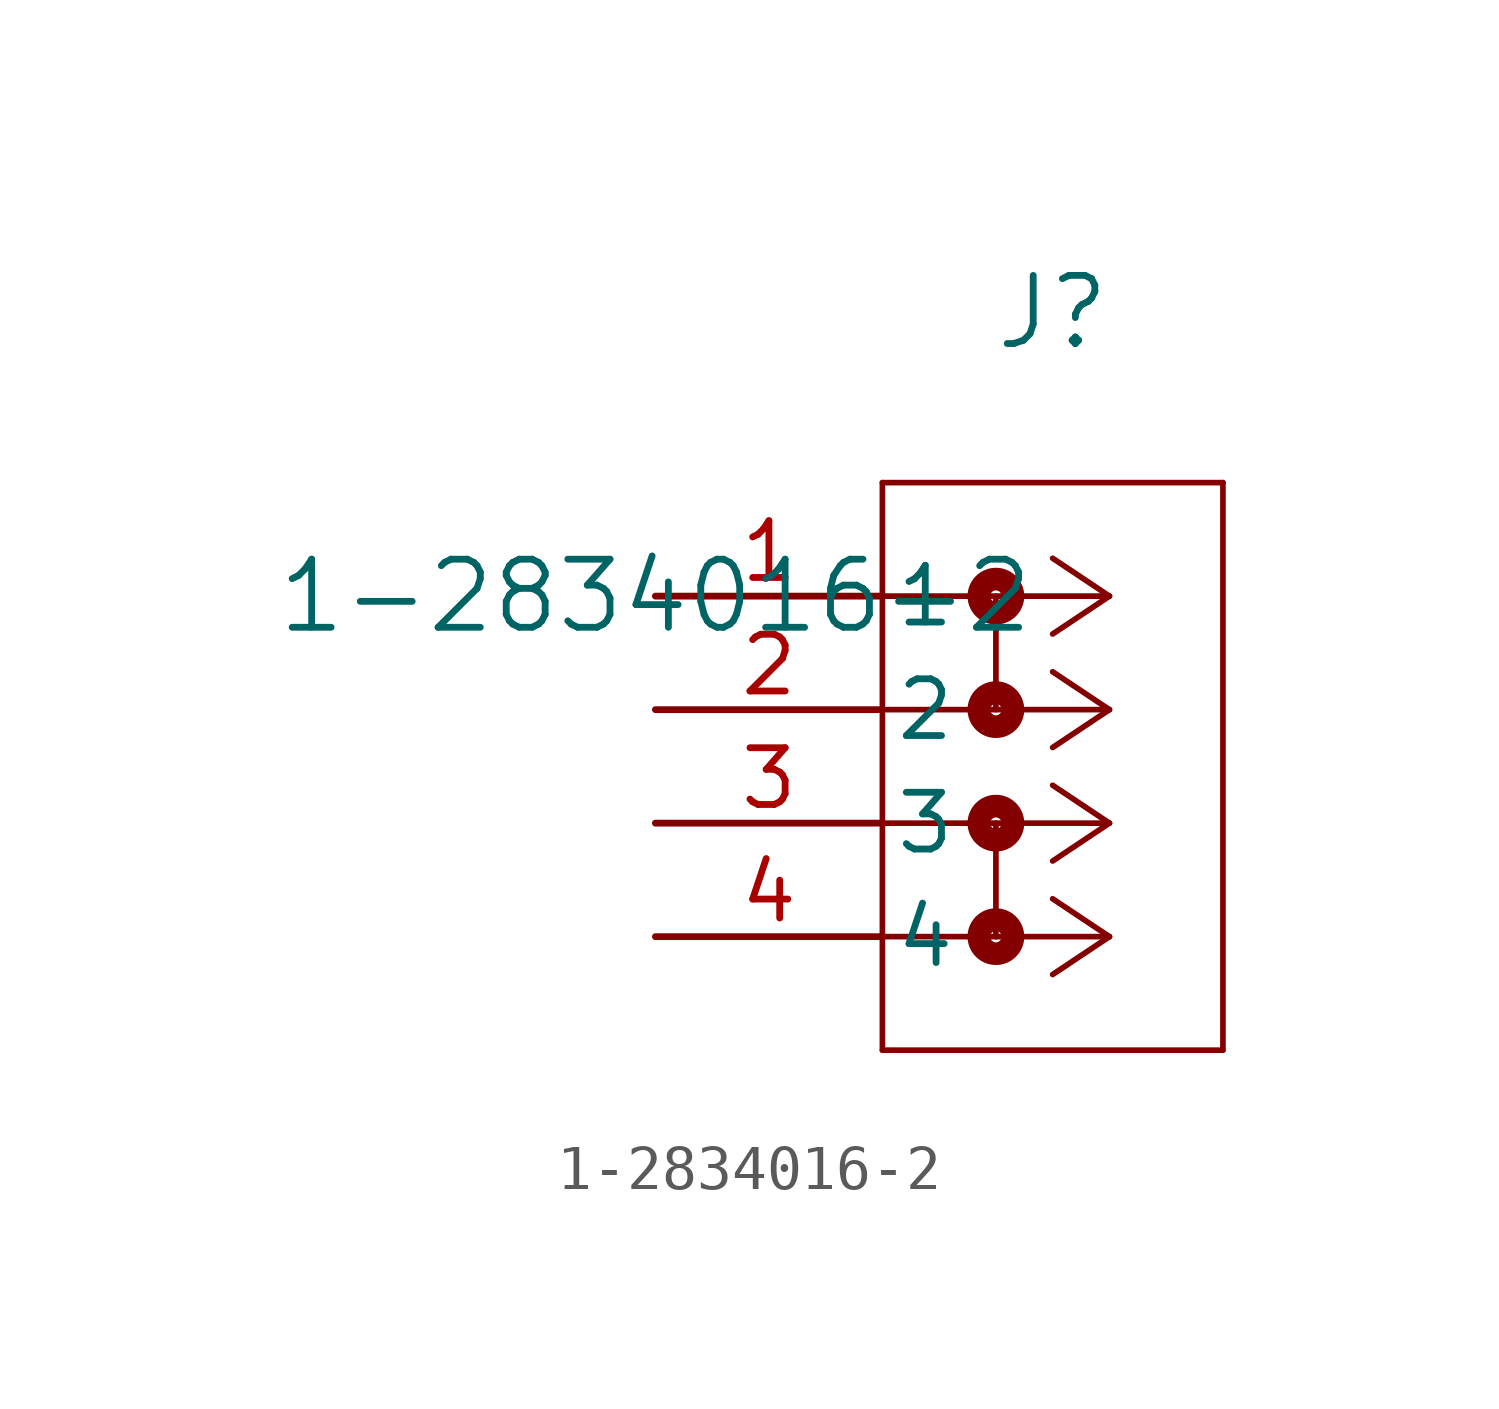
<source format=kicad_sym>
(kicad_symbol_lib
  (version 20211014)
  (generator kicad_symbol_editor)
  (symbol "1-2834016-2"
    (pin_names
      (offset 0.254))
    (property "Reference" "J"
      (at 8.89 6.35 0)
      (effects (font (size 1.524 1.524))))
    (property "Value" "1-2834016-2"
      (at 0 0 0)
      (effects (font (size 1.524 1.524))))
    (symbol "1-2834016-2_0_1"
      (polyline (pts (xy 10.16 0) (xy 5.08 0)) (stroke (width 0.127) (type default) (color 0 0 0 0)) (fill (type none)))
      (polyline (pts (xy 10.16 -2.54) (xy 5.08 -2.54)) (stroke (width 0.127) (type default) (color 0 0 0 0)) (fill (type none)))
      (polyline (pts (xy 10.16 -5.08) (xy 5.08 -5.08)) (stroke (width 0.127) (type default) (color 0 0 0 0)) (fill (type none)))
      (polyline (pts (xy 10.16 -7.62) (xy 5.08 -7.62)) (stroke (width 0.127) (type default) (color 0 0 0 0)) (fill (type none)))
      (polyline (pts (xy 10.16 0) (xy 8.89 0.847)) (stroke (width 0.127) (type default) (color 0 0 0 0)) (fill (type none)))
      (polyline (pts (xy 10.16 -2.54) (xy 8.89 -1.693)) (stroke (width 0.127) (type default) (color 0 0 0 0)) (fill (type none)))
      (polyline (pts (xy 10.16 -5.08) (xy 8.89 -4.233)) (stroke (width 0.127) (type default) (color 0 0 0 0)) (fill (type none)))
      (polyline (pts (xy 10.16 -7.62) (xy 8.89 -6.773)) (stroke (width 0.127) (type default) (color 0 0 0 0)) (fill (type none)))
      (polyline (pts (xy 10.16 0) (xy 8.89 -0.847)) (stroke (width 0.127) (type default) (color 0 0 0 0)) (fill (type none)))
      (polyline (pts (xy 10.16 -2.54) (xy 8.89 -3.387)) (stroke (width 0.127) (type default) (color 0 0 0 0)) (fill (type none)))
      (polyline (pts (xy 10.16 -5.08) (xy 8.89 -5.927)) (stroke (width 0.127) (type default) (color 0 0 0 0)) (fill (type none)))
      (polyline (pts (xy 10.16 -7.62) (xy 8.89 -8.467)) (stroke (width 0.127) (type default) (color 0 0 0 0)) (fill (type none)))
      (polyline (pts (xy 5.08 2.54) (xy 5.08 -10.16)) (stroke (width 0.127) (type default) (color 0 0 0 0)) (fill (type none)))
      (polyline (pts (xy 5.08 -10.16) (xy 12.7 -10.16)) (stroke (width 0.127) (type default) (color 0 0 0 0)) (fill (type none)))
      (polyline (pts (xy 12.7 -10.16) (xy 12.7 2.54)) (stroke (width 0.127) (type default) (color 0 0 0 0)) (fill (type none)))
      (polyline (pts (xy 12.7 2.54) (xy 5.08 2.54)) (stroke (width 0.127) (type default) (color 0 0 0 0)) (fill (type none)))
      (circle (center 7.62 0) (radius 0.127) (stroke (width 0.508) (type default) (color 0 0 0 0)) (fill (type none)))
      (polyline (pts (xy 7.62 0) (xy 7.62 -2.54)) (stroke (width 0.127) (type default) (color 0 0 0 0)) (fill (type none)))
      (circle (center 7.62 -2.54) (radius 0.127) (stroke (width 0.508) (type default) (color 0 0 0 0)) (fill (type none)))
      (circle (center 7.62 -5.08) (radius 0.127) (stroke (width 0.508) (type default) (color 0 0 0 0)) (fill (type none)))
      (polyline (pts (xy 7.62 -5.08) (xy 7.62 -7.62)) (stroke (width 0.127) (type default) (color 0 0 0 0)) (fill (type none)))
      (circle (center 7.62 -7.62) (radius 0.127) (stroke (width 0.508) (type default) (color 0 0 0 0)) (fill (type none)))
      (pin unspecified line (at 0 0 0) (length 5.08) (name "1" (effects (font (size 1.27 1.27)))) (number "1" (effects (font (size 1.27 1.27)))))
      (pin unspecified line (at 0 -2.54 0) (length 5.08) (name "2" (effects (font (size 1.27 1.27)))) (number "2" (effects (font (size 1.27 1.27)))))
      (pin unspecified line (at 0 -5.08 0) (length 5.08) (name "3" (effects (font (size 1.27 1.27)))) (number "3" (effects (font (size 1.27 1.27)))))
      (pin unspecified line (at 0 -7.62 0) (length 5.08) (name "4" (effects (font (size 1.27 1.27)))) (number "4" (effects (font (size 1.27 1.27))))))))
</source>
